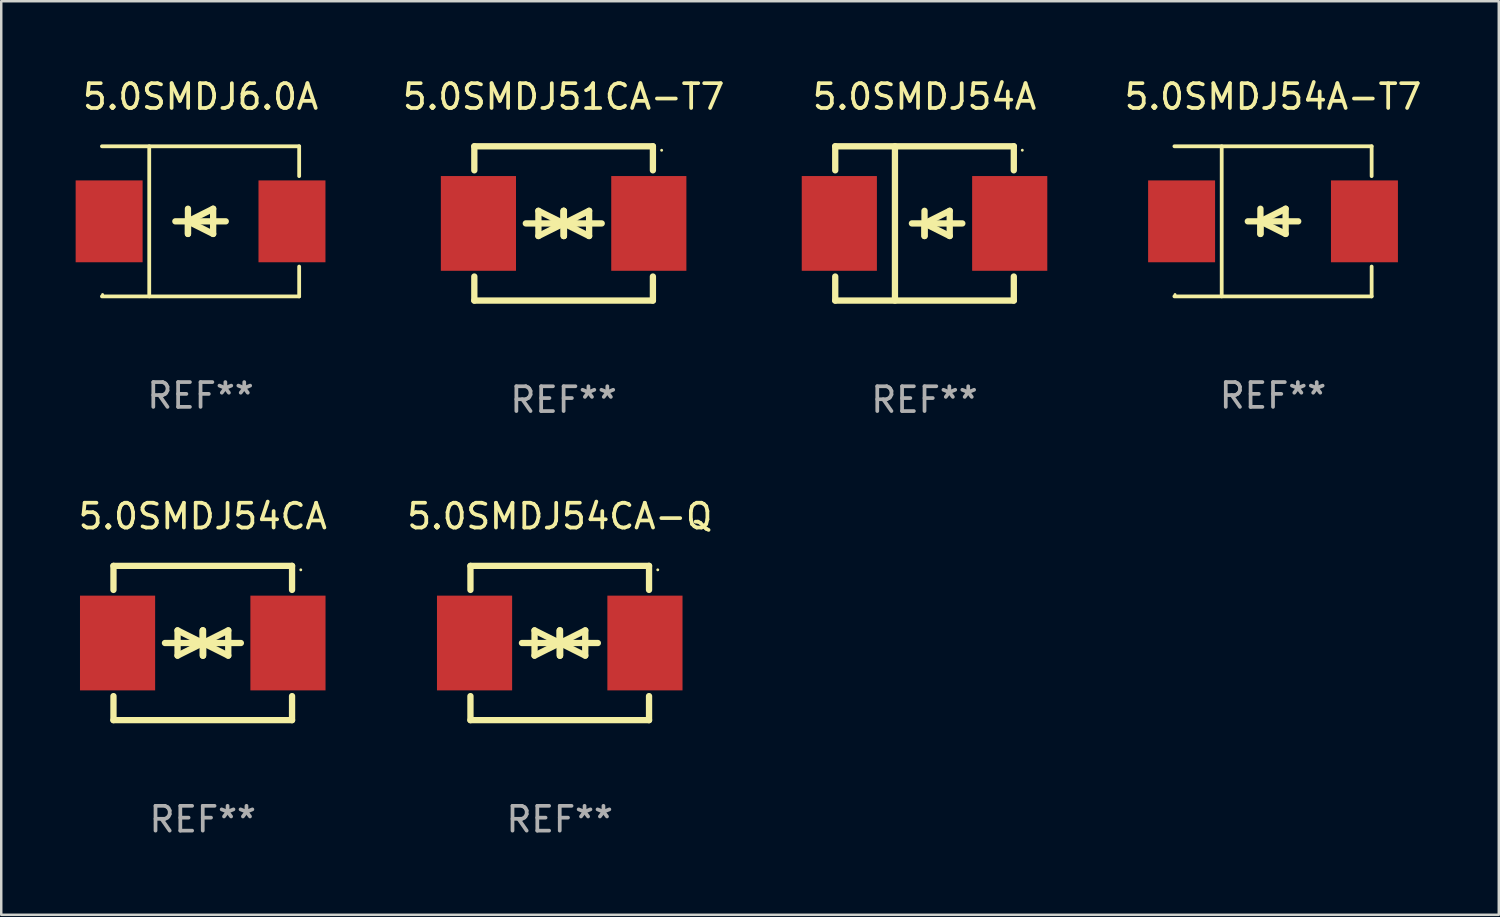
<source format=kicad_pcb>
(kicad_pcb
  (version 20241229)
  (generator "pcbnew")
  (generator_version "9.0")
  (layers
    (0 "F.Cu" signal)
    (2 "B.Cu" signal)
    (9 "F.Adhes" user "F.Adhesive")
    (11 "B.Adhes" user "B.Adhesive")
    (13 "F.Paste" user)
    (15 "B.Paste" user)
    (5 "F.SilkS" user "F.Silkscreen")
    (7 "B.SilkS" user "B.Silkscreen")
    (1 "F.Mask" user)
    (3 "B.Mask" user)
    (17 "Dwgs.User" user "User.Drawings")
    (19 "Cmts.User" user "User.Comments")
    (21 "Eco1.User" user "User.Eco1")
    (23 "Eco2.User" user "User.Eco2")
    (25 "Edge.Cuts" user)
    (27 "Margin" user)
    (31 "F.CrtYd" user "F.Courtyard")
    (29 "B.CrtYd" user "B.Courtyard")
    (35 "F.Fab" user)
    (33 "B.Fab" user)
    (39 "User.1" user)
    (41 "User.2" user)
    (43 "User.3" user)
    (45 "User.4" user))
  (footprint "5.0SMDJ54CA"
    (layer "F.Cu")
    (at 5.125 22.875)
    (property "Reference" "5.0SMDJ54CA" (at 0 -5.11 0) (layer "F.SilkS") (effects (font (size 1 1) (thickness 0.15))))
    (attr through_hole)
    (fp_line (start -3.6 -2.141) (end -3.6 -3.11) (stroke (width 0.254) (type solid)) (layer "F.SilkS"))
    (fp_line (start -3.6 3.11) (end -3.6 2.141) (stroke (width 0.254) (type solid)) (layer "F.SilkS"))
    (fp_line (start -1.524 0) (end 0.508 0) (stroke (width 0.254) (type solid)) (layer "F.SilkS"))
    (fp_line (start -1.016 -0.508) (end -1.016 0.508) (stroke (width 0.254) (type solid)) (layer "F.SilkS"))
    (fp_line (start -1.016 0.508) (end 0 0) (stroke (width 0.254) (type solid)) (layer "F.SilkS"))
    (fp_line (start 0 -0.508) (end 0 0.508) (stroke (width 0.254) (type solid)) (layer "F.SilkS"))
    (fp_line (start 0 0) (end -1.016 -0.508) (stroke (width 0.254) (type solid)) (layer "F.SilkS"))
    (fp_line (start 0 0) (end 0 -0.508) (stroke (width 0.254) (type solid)) (layer "F.SilkS"))
    (fp_line (start 0.012 0) (end 0.012 0.508) (stroke (width 0.254) (type solid)) (layer "F.SilkS"))
    (fp_line (start 0.012 0) (end 1.028 0.508) (stroke (width 0.254) (type solid)) (layer "F.SilkS"))
    (fp_line (start 0.012 0.508) (end 0.012 -0.508) (stroke (width 0.254) (type solid)) (layer "F.SilkS"))
    (fp_line (start 1.028 -0.508) (end 0.012 0) (stroke (width 0.254) (type solid)) (layer "F.SilkS"))
    (fp_line (start 1.028 0.508) (end 1.028 -0.508) (stroke (width 0.254) (type solid)) (layer "F.SilkS"))
    (fp_line (start 1.536 0) (end -0.496 0) (stroke (width 0.254) (type solid)) (layer "F.SilkS"))
    (fp_line (start 3.6 -3.11) (end -3.6 -3.11) (stroke (width 0.254) (type solid)) (layer "F.SilkS"))
    (fp_line (start 3.6 -2.141) (end 3.6 -3.11) (stroke (width 0.254) (type solid)) (layer "F.SilkS"))
    (fp_line (start 3.6 3.11) (end -3.6 3.11) (stroke (width 0.254) (type solid)) (layer "F.SilkS"))
    (fp_line (start 3.6 3.11) (end 3.6 2.141) (stroke (width 0.254) (type solid)) (layer "F.SilkS"))
    (fp_circle (center 3.952 -2.95) (end 3.982 -2.95) (stroke (width 0.06) (type solid)) (fill no) (layer "F.SilkS"))
    (fp_text user "REF**" (at 0 7.11 0) (layer "F.Fab") (effects (font (size 1 1) (thickness 0.15))))
    (pad "1" smd rect (at 3.435 0) (size 3.03 3.82) (layers "F.Cu" "F.Mask" "F.Paste"))
    (pad "2" smd rect (at -3.435 0) (size 3.03 3.82) (layers "F.Cu" "F.Mask" "F.Paste")))
  (footprint "5.0SMDJ54A"
    (layer "F.Cu")
    (at 34.225 5.958)
    (property "Reference" "5.0SMDJ54A" (at 0 -5.11 0) (layer "F.SilkS") (effects (font (size 1 1) (thickness 0.15))))
    (attr through_hole)
    (fp_line (start -3.6 -3.11) (end -3.6 -2.141) (stroke (width 0.254) (type solid)) (layer "F.SilkS"))
    (fp_line (start -3.6 -3.11) (end 3.6 -3.11) (stroke (width 0.254) (type solid)) (layer "F.SilkS"))
    (fp_line (start -3.6 2.141) (end -3.6 3.11) (stroke (width 0.254) (type solid)) (layer "F.SilkS"))
    (fp_line (start -3.6 3.11) (end 3.6 3.11) (stroke (width 0.254) (type solid)) (layer "F.SilkS"))
    (fp_line (start -1.192 -3.11) (end -1.192 3.11) (stroke (width 0.254) (type solid)) (layer "F.SilkS"))
    (fp_line (start 0 0) (end 0 0.508) (stroke (width 0.254) (type solid)) (layer "F.SilkS"))
    (fp_line (start 0 0) (end 1.016 0.508) (stroke (width 0.254) (type solid)) (layer "F.SilkS"))
    (fp_line (start 0 0.508) (end 0 -0.508) (stroke (width 0.254) (type solid)) (layer "F.SilkS"))
    (fp_line (start 1.016 -0.508) (end 0 0) (stroke (width 0.254) (type solid)) (layer "F.SilkS"))
    (fp_line (start 1.016 0.508) (end 1.016 -0.508) (stroke (width 0.254) (type solid)) (layer "F.SilkS"))
    (fp_line (start 1.524 0) (end -0.508 0) (stroke (width 0.254) (type solid)) (layer "F.SilkS"))
    (fp_line (start 3.6 -3.11) (end 3.6 -2.141) (stroke (width 0.254) (type solid)) (layer "F.SilkS"))
    (fp_line (start 3.6 2.141) (end 3.6 3.11) (stroke (width 0.254) (type solid)) (layer "F.SilkS"))
    (fp_circle (center 3.943 -2.952) (end 3.973 -2.952) (stroke (width 0.06) (type solid)) (fill no) (layer "F.SilkS"))
    (fp_text user "REF**" (at 0 7.11 0) (layer "F.Fab") (effects (font (size 1 1) (thickness 0.15))))
    (pad "1" smd rect (at 3.435 0 180) (size 3.03 3.82) (layers "F.Cu" "F.Mask" "F.Paste"))
    (pad "2" smd rect (at -3.435 0 180) (size 3.03 3.82) (layers "F.Cu" "F.Mask" "F.Paste")))
  (footprint "5.0SMDJ54CA-Q"
    (layer "F.Cu")
    (at 19.518 22.875)
    (property "Reference" "5.0SMDJ54CA-Q" (at 0 -5.11 0) (layer "F.SilkS") (effects (font (size 1 1) (thickness 0.15))))
    (attr through_hole)
    (fp_line (start -3.6 -2.141) (end -3.6 -3.11) (stroke (width 0.254) (type solid)) (layer "F.SilkS"))
    (fp_line (start -3.6 3.11) (end -3.6 2.141) (stroke (width 0.254) (type solid)) (layer "F.SilkS"))
    (fp_line (start -1.524 0) (end 0.508 0) (stroke (width 0.254) (type solid)) (layer "F.SilkS"))
    (fp_line (start -1.016 -0.508) (end -1.016 0.508) (stroke (width 0.254) (type solid)) (layer "F.SilkS"))
    (fp_line (start -1.016 0.508) (end 0 0) (stroke (width 0.254) (type solid)) (layer "F.SilkS"))
    (fp_line (start 0 -0.508) (end 0 0.508) (stroke (width 0.254) (type solid)) (layer "F.SilkS"))
    (fp_line (start 0 0) (end -1.016 -0.508) (stroke (width 0.254) (type solid)) (layer "F.SilkS"))
    (fp_line (start 0 0) (end 0 -0.508) (stroke (width 0.254) (type solid)) (layer "F.SilkS"))
    (fp_line (start 0.012 0) (end 0.012 0.508) (stroke (width 0.254) (type solid)) (layer "F.SilkS"))
    (fp_line (start 0.012 0) (end 1.028 0.508) (stroke (width 0.254) (type solid)) (layer "F.SilkS"))
    (fp_line (start 0.012 0.508) (end 0.012 -0.508) (stroke (width 0.254) (type solid)) (layer "F.SilkS"))
    (fp_line (start 1.028 -0.508) (end 0.012 0) (stroke (width 0.254) (type solid)) (layer "F.SilkS"))
    (fp_line (start 1.028 0.508) (end 1.028 -0.508) (stroke (width 0.254) (type solid)) (layer "F.SilkS"))
    (fp_line (start 1.536 0) (end -0.496 0) (stroke (width 0.254) (type solid)) (layer "F.SilkS"))
    (fp_line (start 3.6 -3.11) (end -3.6 -3.11) (stroke (width 0.254) (type solid)) (layer "F.SilkS"))
    (fp_line (start 3.6 -2.141) (end 3.6 -3.11) (stroke (width 0.254) (type solid)) (layer "F.SilkS"))
    (fp_line (start 3.6 3.11) (end -3.6 3.11) (stroke (width 0.254) (type solid)) (layer "F.SilkS"))
    (fp_line (start 3.6 3.11) (end 3.6 2.141) (stroke (width 0.254) (type solid)) (layer "F.SilkS"))
    (fp_circle (center 3.952 -2.95) (end 3.982 -2.95) (stroke (width 0.06) (type solid)) (fill no) (layer "F.SilkS"))
    (fp_text user "REF**" (at 0 7.11 0) (layer "F.Fab") (effects (font (size 1 1) (thickness 0.15))))
    (pad "1" smd rect (at 3.435 0) (size 3.03 3.82) (layers "F.Cu" "F.Mask" "F.Paste"))
    (pad "2" smd rect (at -3.435 0) (size 3.03 3.82) (layers "F.Cu" "F.Mask" "F.Paste")))
  (footprint "5.0SMDJ51CA-T7"
    (layer "F.Cu")
    (at 19.674 5.958)
    (property "Reference" "5.0SMDJ51CA-T7" (at 0 -5.11 0) (layer "F.SilkS") (effects (font (size 1 1) (thickness 0.15))))
    (attr through_hole)
    (fp_line (start -3.6 -2.141) (end -3.6 -3.11) (stroke (width 0.254) (type solid)) (layer "F.SilkS"))
    (fp_line (start -3.6 3.11) (end -3.6 2.141) (stroke (width 0.254) (type solid)) (layer "F.SilkS"))
    (fp_line (start -1.524 0) (end 0.508 0) (stroke (width 0.254) (type solid)) (layer "F.SilkS"))
    (fp_line (start -1.016 -0.508) (end -1.016 0.508) (stroke (width 0.254) (type solid)) (layer "F.SilkS"))
    (fp_line (start -1.016 0.508) (end 0 0) (stroke (width 0.254) (type solid)) (layer "F.SilkS"))
    (fp_line (start 0 -0.508) (end 0 0.508) (stroke (width 0.254) (type solid)) (layer "F.SilkS"))
    (fp_line (start 0 0) (end -1.016 -0.508) (stroke (width 0.254) (type solid)) (layer "F.SilkS"))
    (fp_line (start 0 0) (end 0 -0.508) (stroke (width 0.254) (type solid)) (layer "F.SilkS"))
    (fp_line (start 0.012 0) (end 0.012 0.508) (stroke (width 0.254) (type solid)) (layer "F.SilkS"))
    (fp_line (start 0.012 0) (end 1.028 0.508) (stroke (width 0.254) (type solid)) (layer "F.SilkS"))
    (fp_line (start 0.012 0.508) (end 0.012 -0.508) (stroke (width 0.254) (type solid)) (layer "F.SilkS"))
    (fp_line (start 1.028 -0.508) (end 0.012 0) (stroke (width 0.254) (type solid)) (layer "F.SilkS"))
    (fp_line (start 1.028 0.508) (end 1.028 -0.508) (stroke (width 0.254) (type solid)) (layer "F.SilkS"))
    (fp_line (start 1.536 0) (end -0.496 0) (stroke (width 0.254) (type solid)) (layer "F.SilkS"))
    (fp_line (start 3.6 -3.11) (end -3.6 -3.11) (stroke (width 0.254) (type solid)) (layer "F.SilkS"))
    (fp_line (start 3.6 -2.141) (end 3.6 -3.11) (stroke (width 0.254) (type solid)) (layer "F.SilkS"))
    (fp_line (start 3.6 3.11) (end -3.6 3.11) (stroke (width 0.254) (type solid)) (layer "F.SilkS"))
    (fp_line (start 3.6 3.11) (end 3.6 2.141) (stroke (width 0.254) (type solid)) (layer "F.SilkS"))
    (fp_circle (center 3.952 -2.95) (end 3.982 -2.95) (stroke (width 0.06) (type solid)) (fill no) (layer "F.SilkS"))
    (fp_text user "REF**" (at 0 7.11 0) (layer "F.Fab") (effects (font (size 1 1) (thickness 0.15))))
    (pad "1" smd rect (at 3.435 0) (size 3.03 3.82) (layers "F.Cu" "F.Mask" "F.Paste"))
    (pad "2" smd rect (at -3.435 0) (size 3.03 3.82) (layers "F.Cu" "F.Mask" "F.Paste")))
  (footprint "5.0SMDJ54A-T7"
    (layer "F.Cu")
    (at 48.276 5.874)
    (property "Reference" "5.0SMDJ54A-T7" (at 0 -5.026 0) (layer "F.SilkS") (effects (font (size 1 1) (thickness 0.15))))
    (attr through_hole)
    (fp_line (start -3.976 -3.026) (end 3.976 -3.026) (stroke (width 0.152) (type solid)) (layer "F.SilkS"))
    (fp_line (start -3.976 3.026) (end 3.976 3.026) (stroke (width 0.152) (type solid)) (layer "F.SilkS"))
    (fp_line (start -2.069 -3.026) (end -2.069 3.026) (stroke (width 0.152) (type solid)) (layer "F.SilkS"))
    (fp_line (start -0.508 0) (end -0.508 0.508) (stroke (width 0.254) (type solid)) (layer "F.SilkS"))
    (fp_line (start -0.508 0) (end 0.508 0.508) (stroke (width 0.254) (type solid)) (layer "F.SilkS"))
    (fp_line (start -0.508 0.508) (end -0.508 -0.508) (stroke (width 0.254) (type solid)) (layer "F.SilkS"))
    (fp_line (start 0.508 -0.508) (end -0.508 0) (stroke (width 0.254) (type solid)) (layer "F.SilkS"))
    (fp_line (start 0.508 0.508) (end 0.508 -0.508) (stroke (width 0.254) (type solid)) (layer "F.SilkS"))
    (fp_line (start 1.016 0) (end -1.016 0) (stroke (width 0.254) (type solid)) (layer "F.SilkS"))
    (fp_line (start 3.976 -3.026) (end 3.976 -1.823) (stroke (width 0.152) (type solid)) (layer "F.SilkS"))
    (fp_line (start 3.976 3.026) (end 3.976 1.823) (stroke (width 0.152) (type solid)) (layer "F.SilkS"))
    (fp_circle (center -3.95 2.95) (end -3.92 2.95) (stroke (width 0.06) (type solid)) (fill no) (layer "F.SilkS"))
    (fp_text user "REF**" (at 0 7.026 0) (layer "F.Fab") (effects (font (size 1 1) (thickness 0.15))))
    (pad "1" smd rect (at -3.686 0) (size 2.7 3.3) (layers "F.Cu" "F.Mask" "F.Paste"))
    (pad "2" smd rect (at 3.686 0) (size 2.7 3.3) (layers "F.Cu" "F.Mask" "F.Paste")))
  (footprint "5.0SMDJ6.0A"
    (layer "F.Cu")
    (at 5.036 5.874)
    (property "Reference" "5.0SMDJ6.0A" (at 0 -5.026 0) (layer "F.SilkS") (effects (font (size 1 1) (thickness 0.15))))
    (attr through_hole)
    (fp_line (start -3.976 -3.026) (end 3.976 -3.026) (stroke (width 0.152) (type solid)) (layer "F.SilkS"))
    (fp_line (start -3.976 3.026) (end 3.976 3.026) (stroke (width 0.152) (type solid)) (layer "F.SilkS"))
    (fp_line (start -2.069 -3.026) (end -2.069 3.026) (stroke (width 0.152) (type solid)) (layer "F.SilkS"))
    (fp_line (start -0.508 0) (end -0.508 0.508) (stroke (width 0.254) (type solid)) (layer "F.SilkS"))
    (fp_line (start -0.508 0) (end 0.508 0.508) (stroke (width 0.254) (type solid)) (layer "F.SilkS"))
    (fp_line (start -0.508 0.508) (end -0.508 -0.508) (stroke (width 0.254) (type solid)) (layer "F.SilkS"))
    (fp_line (start 0.508 -0.508) (end -0.508 0) (stroke (width 0.254) (type solid)) (layer "F.SilkS"))
    (fp_line (start 0.508 0.508) (end 0.508 -0.508) (stroke (width 0.254) (type solid)) (layer "F.SilkS"))
    (fp_line (start 1.016 0) (end -1.016 0) (stroke (width 0.254) (type solid)) (layer "F.SilkS"))
    (fp_line (start 3.976 -3.026) (end 3.976 -1.823) (stroke (width 0.152) (type solid)) (layer "F.SilkS"))
    (fp_line (start 3.976 3.026) (end 3.976 1.823) (stroke (width 0.152) (type solid)) (layer "F.SilkS"))
    (fp_circle (center -3.95 2.95) (end -3.92 2.95) (stroke (width 0.06) (type solid)) (fill no) (layer "F.SilkS"))
    (fp_text user "REF**" (at 0 7.026 0) (layer "F.Fab") (effects (font (size 1 1) (thickness 0.15))))
    (pad "1" smd rect (at -3.686 0) (size 2.7 3.3) (layers "F.Cu" "F.Mask" "F.Paste"))
    (pad "2" smd rect (at 3.686 0) (size 2.7 3.3) (layers "F.Cu" "F.Mask" "F.Paste")))
  (gr_rect
    (start -3 -3)
    (end 57.378 33.833)
    (stroke (width 0.1) (type default))
    (fill no)
    (layer "Edge.Cuts")))
</source>
